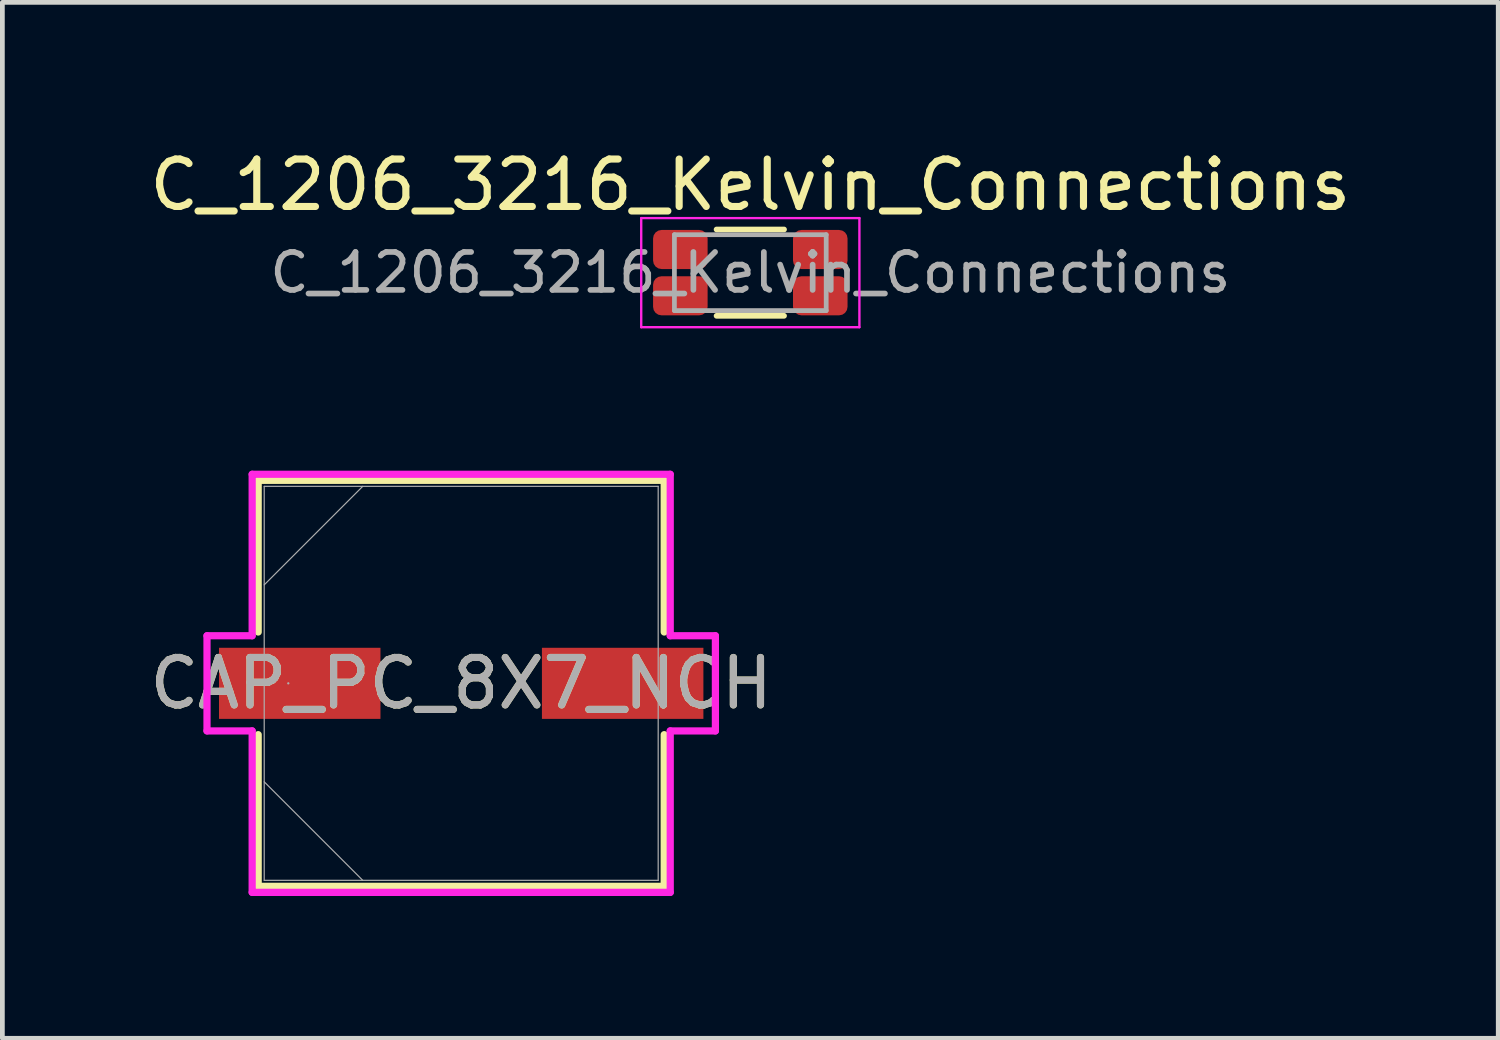
<source format=kicad_pcb>
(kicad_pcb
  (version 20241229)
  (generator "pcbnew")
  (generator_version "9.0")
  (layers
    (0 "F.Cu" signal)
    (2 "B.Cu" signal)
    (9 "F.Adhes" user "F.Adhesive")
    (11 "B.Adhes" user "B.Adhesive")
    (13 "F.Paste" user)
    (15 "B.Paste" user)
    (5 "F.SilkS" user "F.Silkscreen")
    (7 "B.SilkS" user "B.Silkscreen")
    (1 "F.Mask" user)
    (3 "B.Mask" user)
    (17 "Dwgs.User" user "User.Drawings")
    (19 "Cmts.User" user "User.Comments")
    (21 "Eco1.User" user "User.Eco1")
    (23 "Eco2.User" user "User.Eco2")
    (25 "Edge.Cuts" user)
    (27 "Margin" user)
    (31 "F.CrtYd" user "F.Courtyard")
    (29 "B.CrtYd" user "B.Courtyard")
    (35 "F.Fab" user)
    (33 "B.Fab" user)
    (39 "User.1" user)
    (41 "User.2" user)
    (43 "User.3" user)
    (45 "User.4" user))
  (footprint "CAP_PC_8X7_NCH"
    (layer "F.Cu")
    (at 6.673 11.356)
    (property "Reference" "CAP_PC_8X7_NCH" (at 0 0 0) (unlocked yes) (layer "F.SilkS") (effects (font (size 1 1) (thickness 0.15))))
    (attr smd)
    (fp_line (start -4.28 -4.28) (end -4.28 -1.082) (stroke (width 0.152) (type solid)) (layer "F.SilkS"))
    (fp_line (start -4.28 1.082) (end -4.28 4.28) (stroke (width 0.152) (type solid)) (layer "F.SilkS"))
    (fp_line (start -4.28 4.28) (end 4.28 4.28) (stroke (width 0.152) (type solid)) (layer "F.SilkS"))
    (fp_line (start 4.28 -4.28) (end -4.28 -4.28) (stroke (width 0.152) (type solid)) (layer "F.SilkS"))
    (fp_line (start 4.28 -1.082) (end 4.28 -4.28) (stroke (width 0.152) (type solid)) (layer "F.SilkS"))
    (fp_line (start 4.28 4.28) (end 4.28 1.082) (stroke (width 0.152) (type solid)) (layer "F.SilkS"))
    (fp_line (start -5.359 -1.003) (end -4.407 -1.003) (stroke (width 0.152) (type solid)) (layer "F.CrtYd"))
    (fp_line (start -5.359 1.003) (end -5.359 -1.003) (stroke (width 0.152) (type solid)) (layer "F.CrtYd"))
    (fp_line (start -4.407 -4.407) (end 4.407 -4.407) (stroke (width 0.152) (type solid)) (layer "F.CrtYd"))
    (fp_line (start -4.407 -1.003) (end -4.407 -4.407) (stroke (width 0.152) (type solid)) (layer "F.CrtYd"))
    (fp_line (start -4.407 1.003) (end -5.359 1.003) (stroke (width 0.152) (type solid)) (layer "F.CrtYd"))
    (fp_line (start -4.407 4.407) (end -4.407 1.003) (stroke (width 0.152) (type solid)) (layer "F.CrtYd"))
    (fp_line (start 4.407 -4.407) (end 4.407 -1.003) (stroke (width 0.152) (type solid)) (layer "F.CrtYd"))
    (fp_line (start 4.407 -1.003) (end 5.359 -1.003) (stroke (width 0.152) (type solid)) (layer "F.CrtYd"))
    (fp_line (start 4.407 1.003) (end 4.407 4.407) (stroke (width 0.152) (type solid)) (layer "F.CrtYd"))
    (fp_line (start 4.407 4.407) (end -4.407 4.407) (stroke (width 0.152) (type solid)) (layer "F.CrtYd"))
    (fp_line (start 5.359 -1.003) (end 5.359 1.003) (stroke (width 0.152) (type solid)) (layer "F.CrtYd"))
    (fp_line (start 5.359 1.003) (end 4.407 1.003) (stroke (width 0.152) (type solid)) (layer "F.CrtYd"))
    (fp_line (start -4.153 -4.153) (end -4.153 4.153) (stroke (width 0.025) (type solid)) (layer "F.Fab"))
    (fp_line (start -4.153 -2.076) (end -2.076 -4.153) (stroke (width 0.025) (type solid)) (layer "F.Fab"))
    (fp_line (start -4.153 2.076) (end -2.076 4.153) (stroke (width 0.025) (type solid)) (layer "F.Fab"))
    (fp_line (start -4.153 4.153) (end 4.153 4.153) (stroke (width 0.025) (type solid)) (layer "F.Fab"))
    (fp_line (start 4.153 -4.153) (end -4.153 -4.153) (stroke (width 0.025) (type solid)) (layer "F.Fab"))
    (fp_line (start 4.153 4.153) (end 4.153 -4.153) (stroke (width 0.025) (type solid)) (layer "F.Fab"))
    (fp_circle (center -3.645 0) (end -3.645 0) (stroke (width 0.025) (type solid)) (fill no) (layer "F.Fab"))
    (fp_text user "${REFERENCE}" (at 0 0 0) (unlocked yes) (layer "F.Fab") (effects (font (size 1 1) (thickness 0.15))))
    (pad "1" smd rect (at -3.404 0) (size 3.404 1.499) (layers "F.Cu" "F.Mask" "F.Paste"))
    (pad "2" smd rect (at 3.404 0) (size 3.404 1.499) (layers "F.Cu" "F.Mask" "F.Paste"))
    (zone (net_name "") (layer "F.Cu") (hatch full 0.508) (connect_pads) (min_thickness 0.254) (filled_areas_thickness no) (keepout (tracks not_allowed) (vias not_allowed) (pads allowed) (copperpour not_allowed) (footprints allowed)) (placement (enabled no)) (fill) (polygon (pts (xy 2.571 7.254) (xy 10.775 7.254) (xy 10.775 10.556) (xy 2.571 10.556))))
    (zone (net_name "") (layer "F.Cu") (hatch full 0.508) (connect_pads) (min_thickness 0.254) (filled_areas_thickness no) (keepout (tracks not_allowed) (vias not_allowed) (pads allowed) (copperpour not_allowed) (footprints allowed)) (placement (enabled no)) (fill) (polygon (pts (xy 2.571 12.156) (xy 10.775 12.156) (xy 10.775 15.458) (xy 2.571 15.458))))
    (zone (net_name "") (layer "F.Cu") (hatch full 0.508) (connect_pads) (min_thickness 0.254) (filled_areas_thickness no) (keepout (tracks not_allowed) (vias not_allowed) (pads allowed) (copperpour not_allowed) (footprints allowed)) (placement (enabled no)) (fill) (polygon (pts (xy 5.022 10.556) (xy 8.324 10.556) (xy 8.324 12.156) (xy 5.022 12.156)))))
  (footprint "C_1206_3216_Kelvin_Connections"
    (layer "F.Cu")
    (at 12.768 2.698)
    (property "Reference" "C_1206_3216_Kelvin_Connections" (at 0 -1.85 0) (layer "F.SilkS") (effects (font (size 1 1) (thickness 0.15))))
    (attr smd)
    (fp_line (start -0.711 -0.91) (end 0.711 -0.91) (stroke (width 0.12) (type solid)) (layer "F.SilkS"))
    (fp_line (start -0.711 0.91) (end 0.711 0.91) (stroke (width 0.12) (type solid)) (layer "F.SilkS"))
    (fp_line (start -2.3 -1.15) (end 2.3 -1.15) (stroke (width 0.05) (type solid)) (layer "F.CrtYd"))
    (fp_line (start -2.3 1.15) (end -2.3 -1.15) (stroke (width 0.05) (type solid)) (layer "F.CrtYd"))
    (fp_line (start 2.3 -1.15) (end 2.3 1.15) (stroke (width 0.05) (type solid)) (layer "F.CrtYd"))
    (fp_line (start 2.3 1.15) (end -2.3 1.15) (stroke (width 0.05) (type solid)) (layer "F.CrtYd"))
    (fp_line (start -1.6 -0.8) (end 1.6 -0.8) (stroke (width 0.1) (type solid)) (layer "F.Fab"))
    (fp_line (start -1.6 0.8) (end -1.6 -0.8) (stroke (width 0.1) (type solid)) (layer "F.Fab"))
    (fp_line (start 1.6 -0.8) (end 1.6 0.8) (stroke (width 0.1) (type solid)) (layer "F.Fab"))
    (fp_line (start 1.6 0.8) (end -1.6 0.8) (stroke (width 0.1) (type solid)) (layer "F.Fab"))
    (fp_text user "${REFERENCE}" (at 0 0 0) (layer "F.Fab") (effects (font (size 0.8 0.8) (thickness 0.12))))
    (pad "1" smd roundrect (at -1.475 -0.488) (size 1.15 0.824) (layers "F.Cu" "F.Mask" "F.Paste") (roundrect_rratio 0.217))
    (pad "1" smd roundrect (at -1.475 0.488) (size 1.15 0.824) (layers "F.Cu" "F.Mask" "F.Paste") (roundrect_rratio 0.217))
    (pad "2" smd roundrect (at 1.475 -0.488) (size 1.15 0.824) (layers "F.Cu" "F.Mask" "F.Paste") (roundrect_rratio 0.217))
    (pad "2" smd roundrect (at 1.475 0.488) (size 1.15 0.824) (layers "F.Cu" "F.Mask" "F.Paste") (roundrect_rratio 0.217)))
  (gr_rect
    (start -3 -3)
    (end 28.536 18.839)
    (stroke (width 0.1) (type default))
    (fill no)
    (layer "Edge.Cuts")))
</source>
